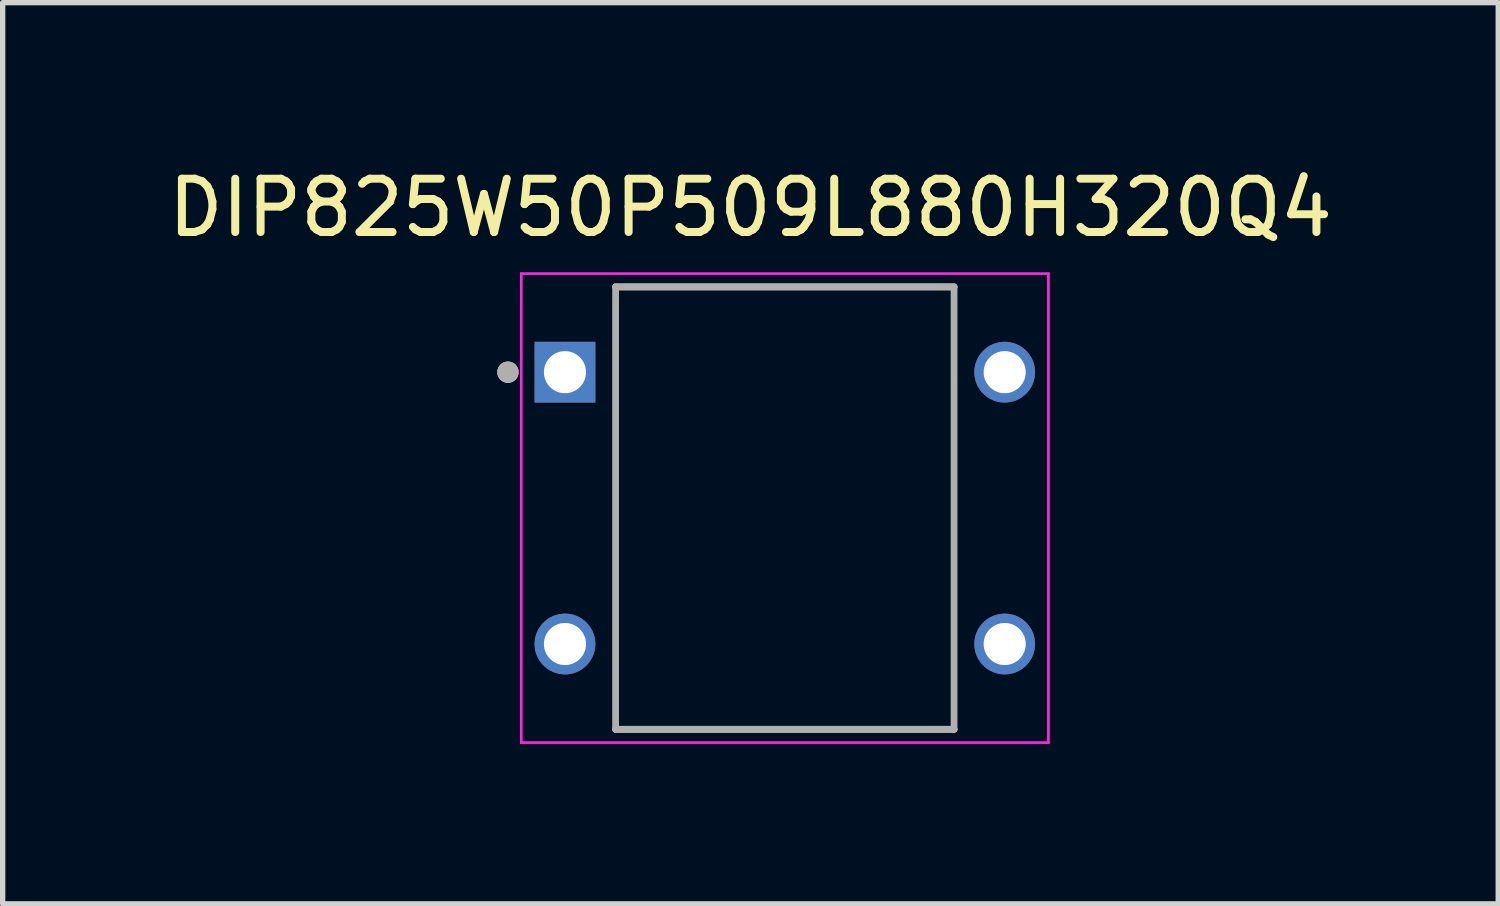
<source format=kicad_pcb>
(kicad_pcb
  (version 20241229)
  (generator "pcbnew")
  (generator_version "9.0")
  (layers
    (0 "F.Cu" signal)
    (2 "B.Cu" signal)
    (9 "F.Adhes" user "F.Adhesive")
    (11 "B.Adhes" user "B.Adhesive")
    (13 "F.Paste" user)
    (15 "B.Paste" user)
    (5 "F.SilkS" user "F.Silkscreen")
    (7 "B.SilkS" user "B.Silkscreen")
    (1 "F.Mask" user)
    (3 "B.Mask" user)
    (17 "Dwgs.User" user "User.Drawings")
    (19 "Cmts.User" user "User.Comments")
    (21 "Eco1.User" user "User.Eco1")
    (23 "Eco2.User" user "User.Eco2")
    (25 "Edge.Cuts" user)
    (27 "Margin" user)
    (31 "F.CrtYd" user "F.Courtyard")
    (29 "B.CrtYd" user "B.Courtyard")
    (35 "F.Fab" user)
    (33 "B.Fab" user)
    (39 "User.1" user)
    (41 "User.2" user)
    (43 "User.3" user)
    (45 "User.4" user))
  (footprint "DIP825W50P509L880H320Q4"
    (layer "F.Cu")
    (at 11.675 6.483)
    (property "Reference" "DIP825W50P509L880H320Q4" (at -0.645 -5.635 0) (layer "F.SilkS") (effects (font (size 1 1) (thickness 0.15))))
    (attr through_hole)
    (fp_line (start -3.175 -4.15) (end 3.175 -4.15) (stroke (width 0.127) (type solid)) (layer "F.SilkS"))
    (fp_line (start -3.175 4.15) (end 3.175 4.15) (stroke (width 0.127) (type solid)) (layer "F.SilkS"))
    (fp_circle (center -5.195 -2.55) (end -5.095 -2.55) (stroke (width 0.2) (type solid)) (fill no) (layer "F.SilkS"))
    (fp_line (start -4.945 -4.4) (end -4.945 4.4) (stroke (width 0.05) (type solid)) (layer "F.CrtYd"))
    (fp_line (start 4.945 -4.4) (end -4.945 -4.4) (stroke (width 0.05) (type solid)) (layer "F.CrtYd"))
    (fp_line (start 4.945 -4.4) (end 4.945 4.4) (stroke (width 0.05) (type solid)) (layer "F.CrtYd"))
    (fp_line (start 4.945 4.4) (end -4.945 4.4) (stroke (width 0.05) (type solid)) (layer "F.CrtYd"))
    (fp_line (start -3.175 -4.15) (end -3.175 4.15) (stroke (width 0.127) (type solid)) (layer "F.Fab"))
    (fp_line (start -3.175 -4.15) (end 3.175 -4.15) (stroke (width 0.127) (type solid)) (layer "F.Fab"))
    (fp_line (start -3.175 4.15) (end 3.175 4.15) (stroke (width 0.127) (type solid)) (layer "F.Fab"))
    (fp_line (start 3.175 -4.15) (end 3.175 4.15) (stroke (width 0.127) (type solid)) (layer "F.Fab"))
    (fp_circle (center -5.195 -2.55) (end -5.095 -2.55) (stroke (width 0.2) (type solid)) (fill no) (layer "F.Fab"))
    (pad "1" thru_hole rect (at -4.125 -2.55) (size 1.14 1.14) (drill 0.79) (layers "*.Cu" "*.Mask"))
    (pad "2" thru_hole circle (at -4.125 2.55) (size 1.14 1.14) (drill 0.79) (layers "*.Cu" "*.Mask"))
    (pad "3" thru_hole circle (at 4.125 2.55) (size 1.14 1.14) (drill 0.79) (layers "*.Cu" "*.Mask"))
    (pad "4" thru_hole circle (at 4.125 -2.55) (size 1.14 1.14) (drill 0.79) (layers "*.Cu" "*.Mask")))
  (gr_rect
    (start -3 -3)
    (end 25.06 13.908)
    (stroke (width 0.1) (type default))
    (fill no)
    (layer "Edge.Cuts")))
</source>
